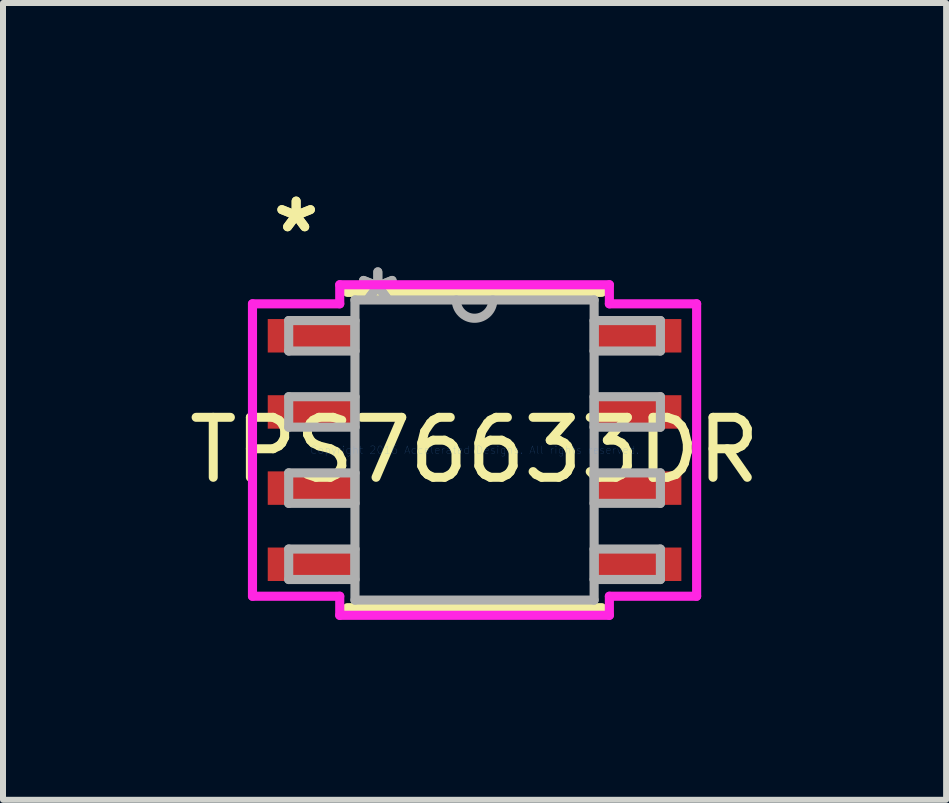
<source format=kicad_pcb>
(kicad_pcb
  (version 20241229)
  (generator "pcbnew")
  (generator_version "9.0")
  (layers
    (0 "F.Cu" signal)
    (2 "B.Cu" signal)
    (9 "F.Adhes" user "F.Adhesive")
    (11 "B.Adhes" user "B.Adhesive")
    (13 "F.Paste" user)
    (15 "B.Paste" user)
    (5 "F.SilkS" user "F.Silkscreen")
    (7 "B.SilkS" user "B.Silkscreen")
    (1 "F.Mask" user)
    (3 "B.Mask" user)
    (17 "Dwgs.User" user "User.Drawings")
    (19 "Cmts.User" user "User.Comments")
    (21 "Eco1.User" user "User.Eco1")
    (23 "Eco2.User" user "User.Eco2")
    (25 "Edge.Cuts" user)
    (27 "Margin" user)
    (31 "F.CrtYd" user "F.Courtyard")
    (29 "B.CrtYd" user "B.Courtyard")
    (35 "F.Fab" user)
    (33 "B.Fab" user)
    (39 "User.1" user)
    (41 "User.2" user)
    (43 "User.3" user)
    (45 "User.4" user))
  (footprint "TPS76633DR"
    (layer "F.Cu")
    (at 4.863 4.454)
    (property "Reference" "TPS76633DR" (at 0 0 0) (layer "F.SilkS") (effects (font (size 1 1) (thickness 0.15))))
    (attr through_hole)
    (fp_line (start -2.121 2.629) (end 2.121 2.629) (stroke (width 0.152) (type solid)) (layer "F.SilkS"))
    (fp_line (start 2.121 -2.629) (end -2.121 -2.629) (stroke (width 0.152) (type solid)) (layer "F.SilkS"))
    (fp_line (start -3.703 -2.438) (end -2.248 -2.438) (stroke (width 0.152) (type solid)) (layer "F.CrtYd"))
    (fp_line (start -3.703 2.438) (end -3.703 -2.438) (stroke (width 0.152) (type solid)) (layer "F.CrtYd"))
    (fp_line (start -2.248 -2.756) (end 2.248 -2.756) (stroke (width 0.152) (type solid)) (layer "F.CrtYd"))
    (fp_line (start -2.248 -2.438) (end -2.248 -2.756) (stroke (width 0.152) (type solid)) (layer "F.CrtYd"))
    (fp_line (start -2.248 2.438) (end -3.703 2.438) (stroke (width 0.152) (type solid)) (layer "F.CrtYd"))
    (fp_line (start -2.248 2.756) (end -2.248 2.438) (stroke (width 0.152) (type solid)) (layer "F.CrtYd"))
    (fp_line (start 2.248 -2.756) (end 2.248 -2.438) (stroke (width 0.152) (type solid)) (layer "F.CrtYd"))
    (fp_line (start 2.248 -2.438) (end 3.703 -2.438) (stroke (width 0.152) (type solid)) (layer "F.CrtYd"))
    (fp_line (start 2.248 2.438) (end 2.248 2.756) (stroke (width 0.152) (type solid)) (layer "F.CrtYd"))
    (fp_line (start 2.248 2.756) (end -2.248 2.756) (stroke (width 0.152) (type solid)) (layer "F.CrtYd"))
    (fp_line (start 3.703 -2.438) (end 3.703 2.438) (stroke (width 0.152) (type solid)) (layer "F.CrtYd"))
    (fp_line (start 3.703 2.438) (end 2.248 2.438) (stroke (width 0.152) (type solid)) (layer "F.CrtYd"))
    (fp_line (start -3.099 -2.159) (end -3.099 -1.651) (stroke (width 0.152) (type solid)) (layer "F.Fab"))
    (fp_line (start -3.099 -1.651) (end -1.994 -1.651) (stroke (width 0.152) (type solid)) (layer "F.Fab"))
    (fp_line (start -3.099 -0.889) (end -3.099 -0.381) (stroke (width 0.152) (type solid)) (layer "F.Fab"))
    (fp_line (start -3.099 -0.381) (end -1.994 -0.381) (stroke (width 0.152) (type solid)) (layer "F.Fab"))
    (fp_line (start -3.099 0.381) (end -3.099 0.889) (stroke (width 0.152) (type solid)) (layer "F.Fab"))
    (fp_line (start -3.099 0.889) (end -1.994 0.889) (stroke (width 0.152) (type solid)) (layer "F.Fab"))
    (fp_line (start -3.099 1.651) (end -3.099 2.159) (stroke (width 0.152) (type solid)) (layer "F.Fab"))
    (fp_line (start -3.099 2.159) (end -1.994 2.159) (stroke (width 0.152) (type solid)) (layer "F.Fab"))
    (fp_line (start -1.994 -2.502) (end -1.994 2.502) (stroke (width 0.152) (type solid)) (layer "F.Fab"))
    (fp_line (start -1.994 -2.159) (end -3.099 -2.159) (stroke (width 0.152) (type solid)) (layer "F.Fab"))
    (fp_line (start -1.994 -1.651) (end -1.994 -2.159) (stroke (width 0.152) (type solid)) (layer "F.Fab"))
    (fp_line (start -1.994 -0.889) (end -3.099 -0.889) (stroke (width 0.152) (type solid)) (layer "F.Fab"))
    (fp_line (start -1.994 -0.381) (end -1.994 -0.889) (stroke (width 0.152) (type solid)) (layer "F.Fab"))
    (fp_line (start -1.994 0.381) (end -3.099 0.381) (stroke (width 0.152) (type solid)) (layer "F.Fab"))
    (fp_line (start -1.994 0.889) (end -1.994 0.381) (stroke (width 0.152) (type solid)) (layer "F.Fab"))
    (fp_line (start -1.994 1.651) (end -3.099 1.651) (stroke (width 0.152) (type solid)) (layer "F.Fab"))
    (fp_line (start -1.994 2.159) (end -1.994 1.651) (stroke (width 0.152) (type solid)) (layer "F.Fab"))
    (fp_line (start -1.994 2.502) (end 1.994 2.502) (stroke (width 0.152) (type solid)) (layer "F.Fab"))
    (fp_line (start 1.994 -2.502) (end -1.994 -2.502) (stroke (width 0.152) (type solid)) (layer "F.Fab"))
    (fp_line (start 1.994 -2.159) (end 1.994 -1.651) (stroke (width 0.152) (type solid)) (layer "F.Fab"))
    (fp_line (start 1.994 -1.651) (end 3.099 -1.651) (stroke (width 0.152) (type solid)) (layer "F.Fab"))
    (fp_line (start 1.994 -0.889) (end 1.994 -0.381) (stroke (width 0.152) (type solid)) (layer "F.Fab"))
    (fp_line (start 1.994 -0.381) (end 3.099 -0.381) (stroke (width 0.152) (type solid)) (layer "F.Fab"))
    (fp_line (start 1.994 0.381) (end 1.994 0.889) (stroke (width 0.152) (type solid)) (layer "F.Fab"))
    (fp_line (start 1.994 0.889) (end 3.099 0.889) (stroke (width 0.152) (type solid)) (layer "F.Fab"))
    (fp_line (start 1.994 1.651) (end 1.994 2.159) (stroke (width 0.152) (type solid)) (layer "F.Fab"))
    (fp_line (start 1.994 2.159) (end 3.099 2.159) (stroke (width 0.152) (type solid)) (layer "F.Fab"))
    (fp_line (start 1.994 2.502) (end 1.994 -2.502) (stroke (width 0.152) (type solid)) (layer "F.Fab"))
    (fp_line (start 3.099 -2.159) (end 1.994 -2.159) (stroke (width 0.152) (type solid)) (layer "F.Fab"))
    (fp_line (start 3.099 -1.651) (end 3.099 -2.159) (stroke (width 0.152) (type solid)) (layer "F.Fab"))
    (fp_line (start 3.099 -0.889) (end 1.994 -0.889) (stroke (width 0.152) (type solid)) (layer "F.Fab"))
    (fp_line (start 3.099 -0.381) (end 3.099 -0.889) (stroke (width 0.152) (type solid)) (layer "F.Fab"))
    (fp_line (start 3.099 0.381) (end 1.994 0.381) (stroke (width 0.152) (type solid)) (layer "F.Fab"))
    (fp_line (start 3.099 0.889) (end 3.099 0.381) (stroke (width 0.152) (type solid)) (layer "F.Fab"))
    (fp_line (start 3.099 1.651) (end 1.994 1.651) (stroke (width 0.152) (type solid)) (layer "F.Fab"))
    (fp_line (start 3.099 2.159) (end 3.099 1.651) (stroke (width 0.152) (type solid)) (layer "F.Fab"))
    (fp_arc (start 0.3048 -2.5019) (mid 0 -2.1971) (end -0.3048 -2.5019) (stroke (width 0.1524) (type solid)) (layer "F.Fab"))
    (fp_text user "*" (at -2.975 -3.606 0) (layer "F.SilkS") (effects (font (size 1 1) (thickness 0.15))))
    (fp_text user "*" (at -2.975 -3.606 0) (layer "F.SilkS") (effects (font (size 1 1) (thickness 0.15))))
    (fp_text user "Copyright 2016 Accelerated Designs. All rights reserved." (at 0 0 0) (layer "Cmts.User") (effects (font (size 0.127 0.127) (thickness 0.002))))
    (fp_text user "*" (at -1.613 -2.426 0) (layer "F.Fab") (effects (font (size 1 1) (thickness 0.15))))
    (fp_text user "*" (at -1.613 -2.426 0) (layer "F.Fab") (effects (font (size 1 1) (thickness 0.15))))
    (pad "1" smd rect (at -2.721 -1.905) (size 1.455 0.558) (layers "F.Cu" "F.Mask" "F.Paste"))
    (pad "2" smd rect (at -2.721 -0.635) (size 1.455 0.558) (layers "F.Cu" "F.Mask" "F.Paste"))
    (pad "3" smd rect (at -2.721 0.635) (size 1.455 0.558) (layers "F.Cu" "F.Mask" "F.Paste"))
    (pad "4" smd rect (at -2.721 1.905) (size 1.455 0.558) (layers "F.Cu" "F.Mask" "F.Paste"))
    (pad "5" smd rect (at 2.721 1.905) (size 1.455 0.558) (layers "F.Cu" "F.Mask" "F.Paste"))
    (pad "6" smd rect (at 2.721 0.635) (size 1.455 0.558) (layers "F.Cu" "F.Mask" "F.Paste"))
    (pad "7" smd rect (at 2.721 -0.635) (size 1.455 0.558) (layers "F.Cu" "F.Mask" "F.Paste"))
    (pad "8" smd rect (at 2.721 -1.905) (size 1.455 0.558) (layers "F.Cu" "F.Mask" "F.Paste")))
  (gr_rect
    (start -3 -3)
    (end 12.726 10.286)
    (stroke (width 0.1) (type default))
    (fill no)
    (layer "Edge.Cuts")))
</source>
